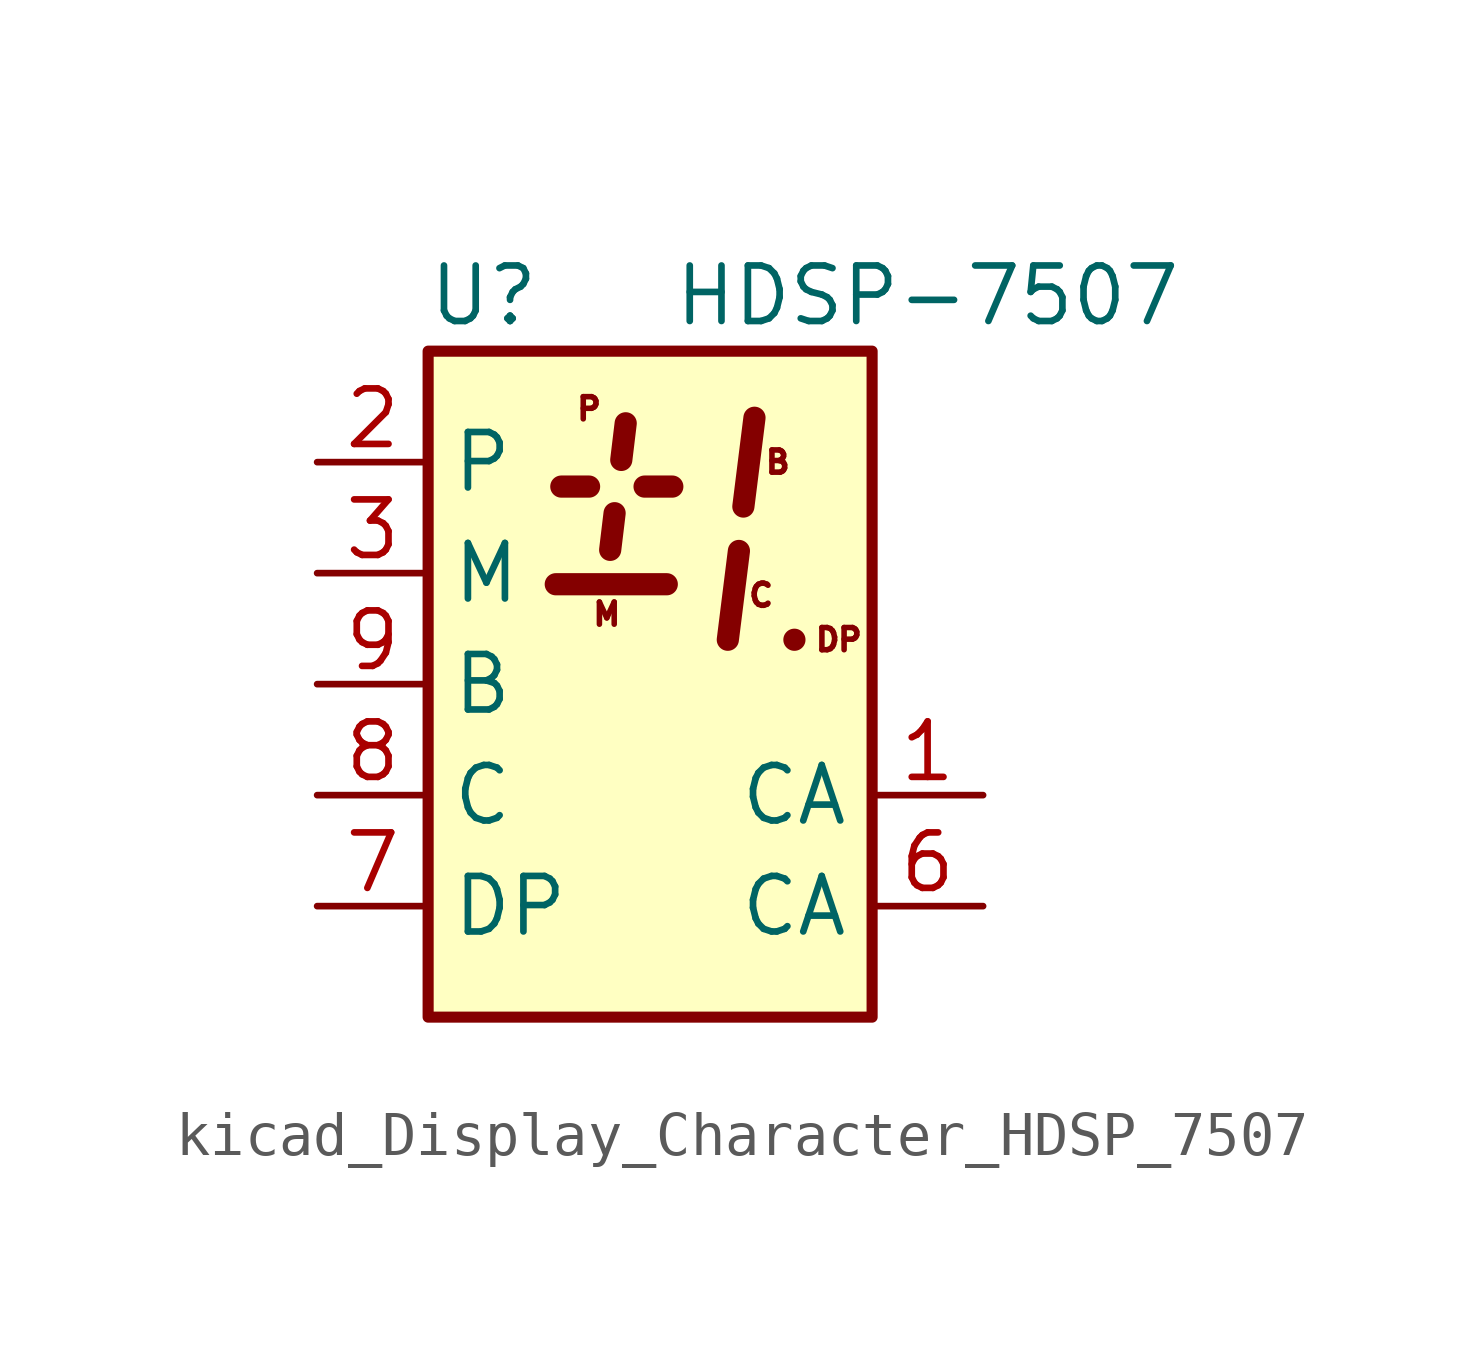
<source format=kicad_sym>
(kicad_symbol_lib
  (version 20220914)
  (generator kicad_symbol_editor)
  (symbol "kicad_Display_Character_HDSP_7507"
    (property "Reference" "U"
      (at -3.81 8.89 0)
      (effects (font (size 1.27 1.27))))
    (property "Value" "HDSP-7507"
      (at 6.35 8.89 0)
      (effects (font (size 1.27 1.27))))
    (symbol "kicad_Display_Character_HDSP_7507_0_1"
      (polyline (pts (xy -2.159 2.286) (xy 0.381 2.286)) (stroke (width 0.508) (type default)) (fill (type none))))
    (symbol "kicad_Display_Character_HDSP_7507_1_0"
      (text "B" (at 2.921 5.08 0) (effects (font (size 0.508 0.508))))
      (text "C" (at 2.54 2.032 0) (effects (font (size 0.508 0.508))))
      (text "DP" (at 4.318 1.016 0) (effects (font (size 0.508 0.508))))
      (text "M" (at -0.991 1.6 0) (effects (font (size 0.508 0.508))))
      (text "P" (at -1.397 6.299 0) (effects (font (size 0.508 0.508)))))
    (symbol "kicad_Display_Character_HDSP_7507_1_1"
      (rectangle (start -5.08 7.62) (end 5.08 -7.62) (stroke (width 0.254) (type default)) (fill (type background)))
      (polyline (pts (xy -2.032 4.521) (xy -1.397 4.521)) (stroke (width 0.508) (type default)) (fill (type none)))
      (polyline (pts (xy -0.914 3.073) (xy -0.813 3.912)) (stroke (width 0.508) (type default)) (fill (type none)))
      (polyline (pts (xy -0.559 5.969) (xy -0.66 5.131)) (stroke (width 0.508) (type default)) (fill (type none)))
      (polyline (pts (xy -0.127 4.521) (xy 0.508 4.521)) (stroke (width 0.508) (type default)) (fill (type none)))
      (polyline (pts (xy 2.032 3.048) (xy 1.778 1.016)) (stroke (width 0.508) (type default)) (fill (type none)))
      (polyline (pts (xy 2.388 6.096) (xy 2.134 4.064)) (stroke (width 0.508) (type default)) (fill (type none)))
      (polyline (pts (xy 3.302 1.016) (xy 3.302 1.016)) (stroke (width 0.508) (type default)) (fill (type none)))
      (pin input line (at 7.62 -2.54 180) (length 2.54) (name "CA" (effects (font (size 1.27 1.27)))) (number "1" (effects (font (size 1.27 1.27)))))
      (pin no_connect line (at 0 -7.62 90) (length 2.54) hide (name "NC" (effects (font (size 1.27 1.27)))) (number "10" (effects (font (size 1.27 1.27)))))
      (pin input line (at -7.62 5.08 0) (length 2.54) (name "P" (effects (font (size 1.27 1.27)))) (number "2" (effects (font (size 1.27 1.27)))))
      (pin input line (at -7.62 2.54 0) (length 2.54) (name "M" (effects (font (size 1.27 1.27)))) (number "3" (effects (font (size 1.27 1.27)))))
      (pin no_connect line (at 5.08 5.08 180) (length 2.54) hide (name "NC" (effects (font (size 1.27 1.27)))) (number "4" (effects (font (size 1.27 1.27)))))
      (pin no_connect line (at 5.08 2.54 180) (length 2.54) hide (name "NC" (effects (font (size 1.27 1.27)))) (number "5" (effects (font (size 1.27 1.27)))))
      (pin input line (at 7.62 -5.08 180) (length 2.54) (name "CA" (effects (font (size 1.27 1.27)))) (number "6" (effects (font (size 1.27 1.27)))))
      (pin input line (at -7.62 -5.08 0) (length 2.54) (name "DP" (effects (font (size 1.27 1.27)))) (number "7" (effects (font (size 1.27 1.27)))))
      (pin input line (at -7.62 -2.54 0) (length 2.54) (name "C" (effects (font (size 1.27 1.27)))) (number "8" (effects (font (size 1.27 1.27)))))
      (pin input line (at -7.62 0 0) (length 2.54) (name "B" (effects (font (size 1.27 1.27)))) (number "9" (effects (font (size 1.27 1.27))))))))
</source>
